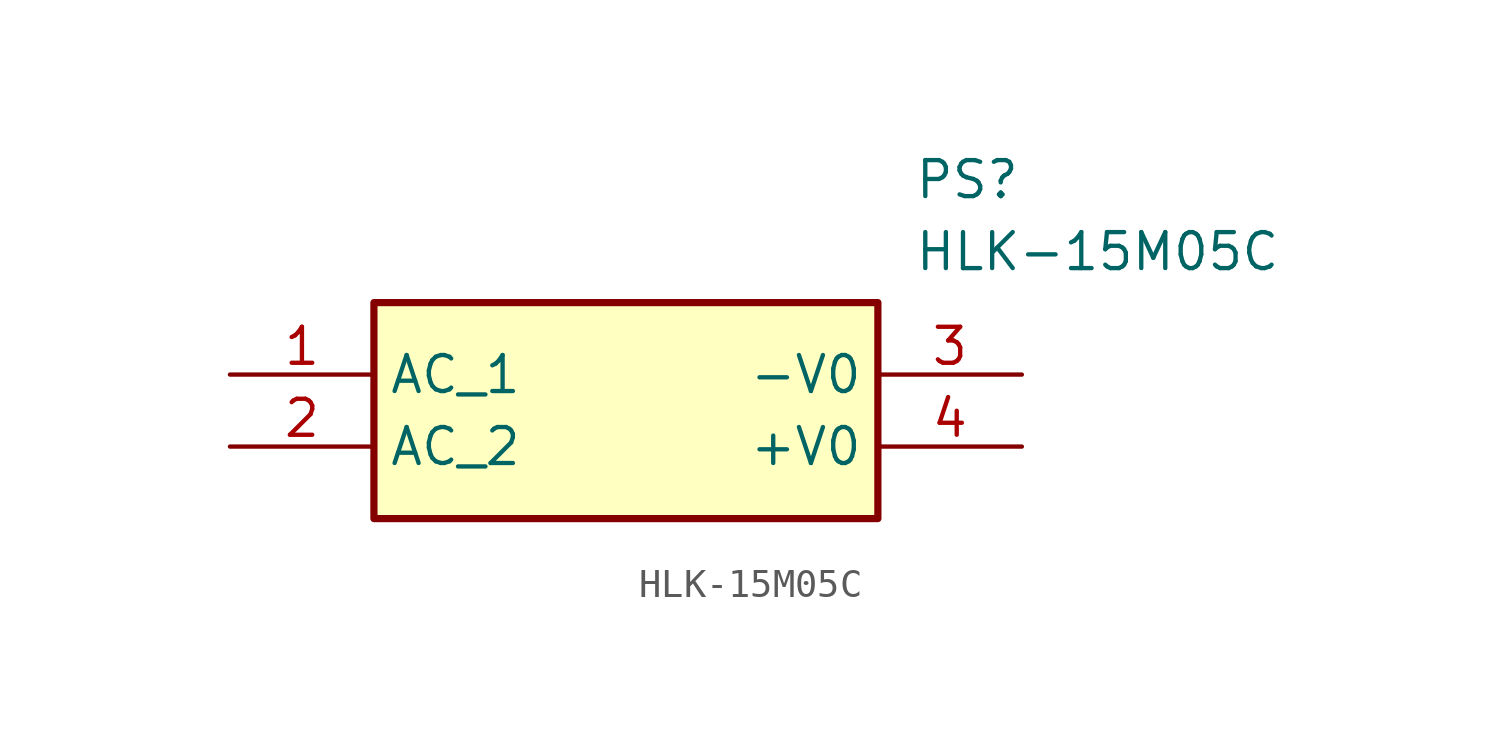
<source format=kicad_sym>
(kicad_symbol_lib
  (version 20211014)
  (generator SamacSys_ECAD_Model)
  (symbol "HLK-15M05C"
    (property "Reference" "PS"
      (at 24.13 7.62 0)
      (effects (font (size 1.27 1.27)) (justify left top)))
    (property "Value" "HLK-15M05C"
      (at 24.13 5.08 0)
      (effects (font (size 1.27 1.27)) (justify left top)))
    (rectangle
      (start 5.08 2.54)
      (end 22.86 -5.08)
      (stroke (width 0.254) (type default))
      (fill (type background)))
    (pin passive line
      (at 0 0 0)
      (length 5.08)
      (name "AC_1" (effects (font (size 1.27 1.27))))
      (number "1" (effects (font (size 1.27 1.27)))))
    (pin passive line
      (at 0 -2.54 0)
      (length 5.08)
      (name "AC_2" (effects (font (size 1.27 1.27))))
      (number "2" (effects (font (size 1.27 1.27)))))
    (pin passive line
      (at 27.94 0 180)
      (length 5.08)
      (name "-V0" (effects (font (size 1.27 1.27))))
      (number "3" (effects (font (size 1.27 1.27)))))
    (pin passive line
      (at 27.94 -2.54 180)
      (length 5.08)
      (name "+V0" (effects (font (size 1.27 1.27))))
      (number "4" (effects (font (size 1.27 1.27)))))))
</source>
